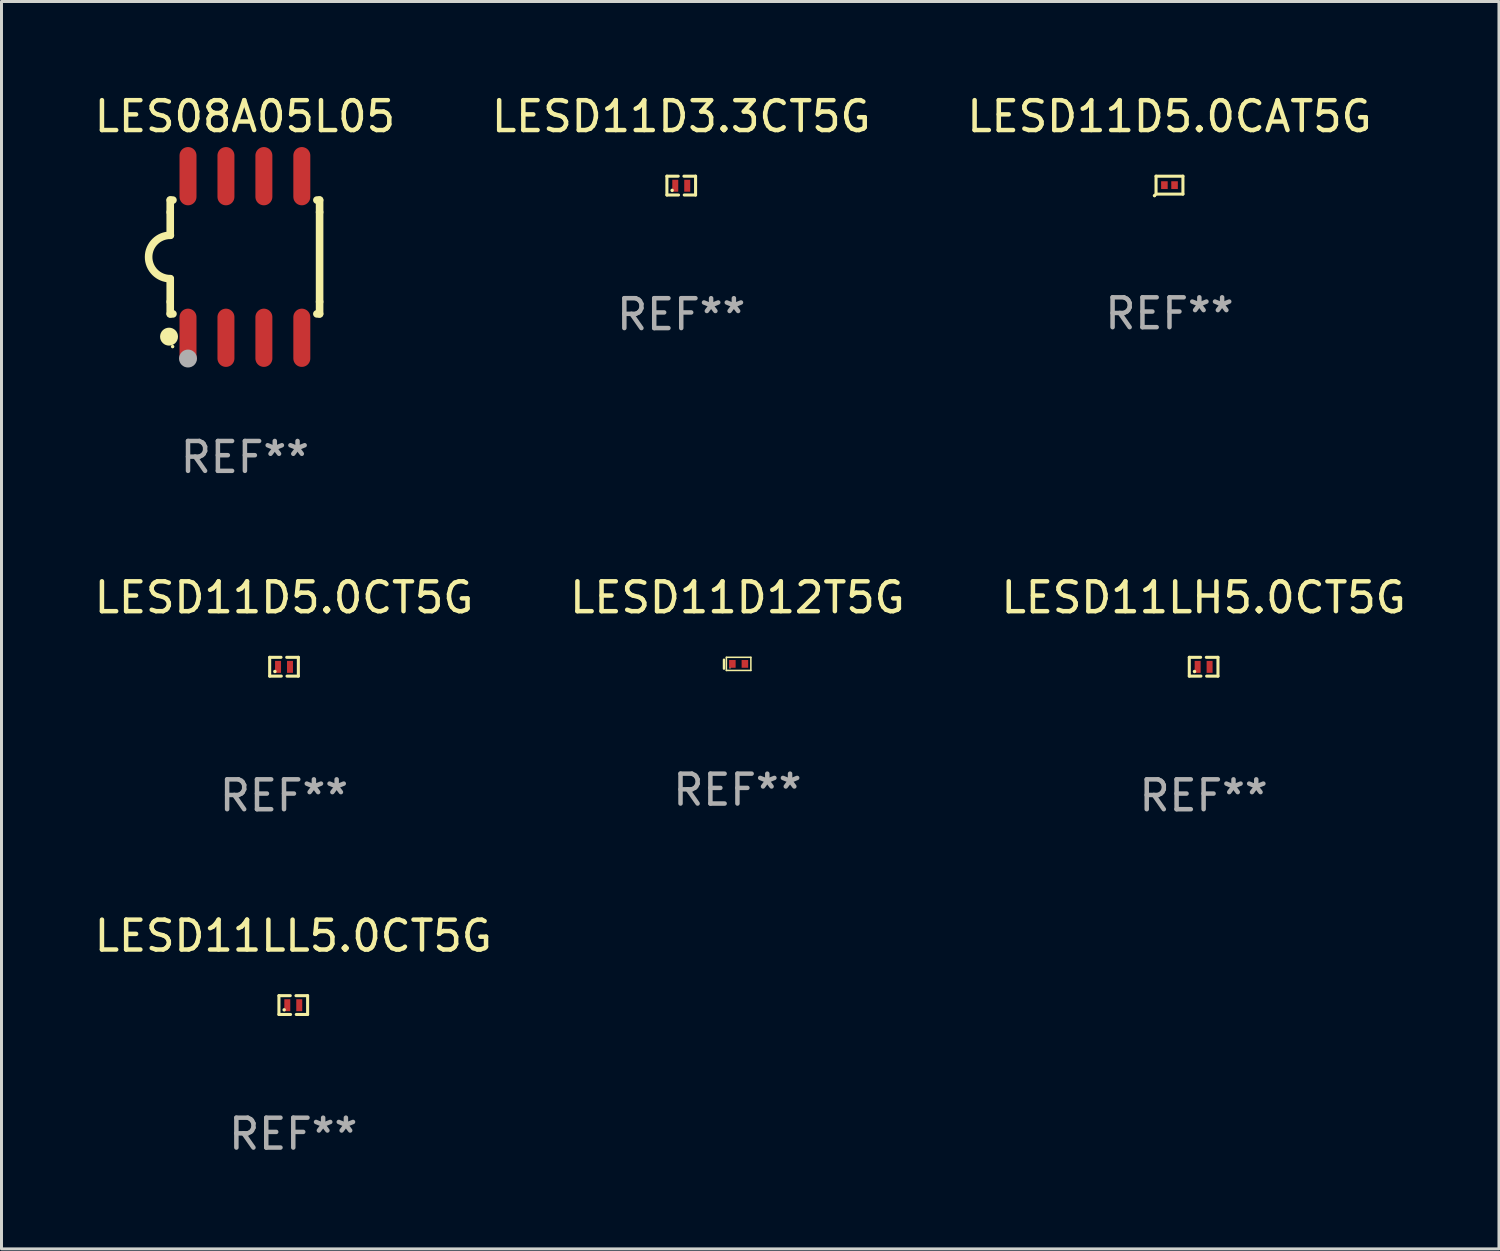
<source format=kicad_pcb>
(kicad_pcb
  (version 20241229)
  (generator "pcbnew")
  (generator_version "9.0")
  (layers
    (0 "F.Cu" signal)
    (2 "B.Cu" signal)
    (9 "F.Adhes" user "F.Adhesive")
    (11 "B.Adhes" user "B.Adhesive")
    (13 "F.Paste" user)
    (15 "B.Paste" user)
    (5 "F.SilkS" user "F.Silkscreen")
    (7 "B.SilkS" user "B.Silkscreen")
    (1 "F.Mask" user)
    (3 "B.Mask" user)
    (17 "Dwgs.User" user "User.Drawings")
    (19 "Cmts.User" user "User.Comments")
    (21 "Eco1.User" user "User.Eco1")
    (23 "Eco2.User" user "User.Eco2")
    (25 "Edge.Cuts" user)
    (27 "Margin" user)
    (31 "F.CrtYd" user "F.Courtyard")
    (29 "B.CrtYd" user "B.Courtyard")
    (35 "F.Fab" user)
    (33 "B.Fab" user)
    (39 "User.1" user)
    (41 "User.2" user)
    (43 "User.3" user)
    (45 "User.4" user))
  (footprint "LESD11D12T5G"
    (layer "F.Cu")
    (at 21.637 19.175)
    (property "Reference" "LESD11D12T5G" (at 0 -2.22 0) (layer "F.SilkS") (effects (font (size 1 1) (thickness 0.15))))
    (attr through_hole)
    (fp_line (start -0.45 -0.14) (end -0.45 0.16) (stroke (width 0.08) (type solid)) (layer "F.SilkS"))
    (fp_line (start -0.37 -0.22) (end 0.45 -0.22) (stroke (width 0.051) (type solid)) (layer "F.SilkS"))
    (fp_line (start -0.37 0.22) (end -0.37 -0.22) (stroke (width 0.051) (type solid)) (layer "F.SilkS"))
    (fp_line (start 0.45 -0.22) (end 0.45 0.22) (stroke (width 0.051) (type solid)) (layer "F.SilkS"))
    (fp_line (start 0.45 0.22) (end -0.37 0.22) (stroke (width 0.051) (type solid)) (layer "F.SilkS"))
    (fp_circle (center -0.25 0.14) (end -0.24 0.14) (stroke (width 0.02) (type solid)) (fill no) (layer "F.SilkS"))
    (fp_text user "REF**" (at 0 4.22 0) (layer "F.Fab") (effects (font (size 1 1) (thickness 0.15))))
    (pad "1" smd rect (at -0.17 0 90) (size 0.26 0.22) (layers "F.Cu" "F.Mask" "F.Paste"))
    (pad "2" smd rect (at 0.25 0 90) (size 0.26 0.22) (layers "F.Cu" "F.Mask" "F.Paste")))
  (footprint "LESD11D5.0CT5G"
    (layer "F.Cu")
    (at 6.458 19.27)
    (property "Reference" "LESD11D5.0CT5G" (at 0 -2.315 0) (layer "F.SilkS") (effects (font (size 1 1) (thickness 0.15))))
    (attr through_hole)
    (fp_line (start -0.48 -0.315) (end -0.48 0.315) (stroke (width 0.102) (type solid)) (layer "F.SilkS"))
    (fp_line (start -0.48 0.315) (end -0.09 0.315) (stroke (width 0.102) (type solid)) (layer "F.SilkS"))
    (fp_line (start -0.48 -0.315) (end -0.1 -0.315) (stroke (width 0.102) (type solid)) (layer "F.SilkS"))
    (fp_line (start 0.48 0.315) (end 0.1 0.315) (stroke (width 0.102) (type solid)) (layer "F.SilkS"))
    (fp_line (start 0.48 -0.315) (end 0.09 -0.315) (stroke (width 0.102) (type solid)) (layer "F.SilkS"))
    (fp_line (start 0.48 0.315) (end 0.48 -0.315) (stroke (width 0.102) (type solid)) (layer "F.SilkS"))
    (fp_circle (center -0.305 0.16) (end -0.275 0.16) (stroke (width 0.06) (type solid)) (fill no) (layer "F.SilkS"))
    (fp_text user "REF**" (at 0 4.315 0) (layer "F.Fab") (effects (font (size 1 1) (thickness 0.15))))
    (pad "1" smd rect (at -0.2 0.005) (size 0.2 0.4) (layers "F.Cu" "F.Mask" "F.Paste"))
    (pad "2" smd rect (at 0.2 0.005) (size 0.2 0.4) (layers "F.Cu" "F.Mask" "F.Paste")))
  (footprint "LESD11LL5.0CT5G"
    (layer "F.Cu")
    (at 6.768 30.597)
    (property "Reference" "LESD11LL5.0CT5G" (at 0 -2.315 0) (layer "F.SilkS") (effects (font (size 1 1) (thickness 0.15))))
    (attr through_hole)
    (fp_line (start -0.48 -0.315) (end -0.48 0.315) (stroke (width 0.102) (type solid)) (layer "F.SilkS"))
    (fp_line (start -0.48 0.315) (end -0.09 0.315) (stroke (width 0.102) (type solid)) (layer "F.SilkS"))
    (fp_line (start -0.48 -0.315) (end -0.1 -0.315) (stroke (width 0.102) (type solid)) (layer "F.SilkS"))
    (fp_line (start 0.48 0.315) (end 0.1 0.315) (stroke (width 0.102) (type solid)) (layer "F.SilkS"))
    (fp_line (start 0.48 -0.315) (end 0.09 -0.315) (stroke (width 0.102) (type solid)) (layer "F.SilkS"))
    (fp_line (start 0.48 0.315) (end 0.48 -0.315) (stroke (width 0.102) (type solid)) (layer "F.SilkS"))
    (fp_circle (center -0.305 0.16) (end -0.275 0.16) (stroke (width 0.06) (type solid)) (fill no) (layer "F.SilkS"))
    (fp_text user "REF**" (at 0 4.315 0) (layer "F.Fab") (effects (font (size 1 1) (thickness 0.15))))
    (pad "1" smd rect (at -0.2 0.005) (size 0.2 0.4) (layers "F.Cu" "F.Mask" "F.Paste"))
    (pad "2" smd rect (at 0.2 0.005) (size 0.2 0.4) (layers "F.Cu" "F.Mask" "F.Paste")))
  (footprint "LES08A05L05"
    (layer "F.Cu")
    (at 5.149 5.553)
    (property "Reference" "LES08A05L05" (at 0 -4.705 0) (layer "F.SilkS") (effects (font (size 1 1) (thickness 0.15))))
    (attr through_hole)
    (fp_line (start -2.5 -1.905) (end -2.409 -1.905) (stroke (width 0.254) (type solid)) (layer "F.SilkS"))
    (fp_line (start -2.5 -1.5) (end -2.5 -1.905) (stroke (width 0.254) (type solid)) (layer "F.SilkS"))
    (fp_line (start -2.5 -1.5) (end -2.5 -0.726) (stroke (width 0.254) (type solid)) (layer "F.SilkS"))
    (fp_line (start -2.5 1.5) (end -2.5 0.727) (stroke (width 0.254) (type solid)) (layer "F.SilkS"))
    (fp_line (start -2.5 1.5) (end -2.5 1.905) (stroke (width 0.254) (type solid)) (layer "F.SilkS"))
    (fp_line (start -2.5 1.905) (end -2.409 1.905) (stroke (width 0.254) (type solid)) (layer "F.SilkS"))
    (fp_line (start 2.5 -1.905) (end 2.409 -1.905) (stroke (width 0.254) (type solid)) (layer "F.SilkS"))
    (fp_line (start 2.5 -1.5) (end 2.5 -1.905) (stroke (width 0.254) (type solid)) (layer "F.SilkS"))
    (fp_line (start 2.5 -1.5) (end 2.5 1.5) (stroke (width 0.254) (type solid)) (layer "F.SilkS"))
    (fp_line (start 2.5 1.5) (end 2.5 1.905) (stroke (width 0.254) (type solid)) (layer "F.SilkS"))
    (fp_line (start 2.5 1.905) (end 2.409 1.905) (stroke (width 0.254) (type solid)) (layer "F.SilkS"))
    (fp_arc (start -2.5 0.726568) (mid -3.220316 -0.0023) (end -2.495097 -0.726289) (stroke (width 0.254001) (type solid)) (layer "F.SilkS"))
    (fp_circle (center -2.54 2.667) (end -2.39 2.667) (stroke (width 0.3) (type solid)) (fill no) (layer "F.SilkS"))
    (fp_circle (center -2.42 3) (end -2.39 3) (stroke (width 0.06) (type solid)) (fill no) (layer "F.SilkS"))
    (fp_circle (center -1.905 3.4) (end -1.755 3.4) (stroke (width 0.3) (type solid)) (fill no) (layer "F.Fab"))
    (fp_text user "REF**" (at 0 6.705 0) (layer "F.Fab") (effects (font (size 1 1) (thickness 0.15))))
    (pad "1" smd oval (at -1.905 2.705) (size 0.568 1.95) (layers "F.Cu" "F.Mask" "F.Paste"))
    (pad "2" smd oval (at -0.635 2.705) (size 0.568 1.95) (layers "F.Cu" "F.Mask" "F.Paste"))
    (pad "3" smd oval (at 0.635 2.705) (size 0.568 1.95) (layers "F.Cu" "F.Mask" "F.Paste"))
    (pad "4" smd oval (at 1.905 2.705) (size 0.568 1.95) (layers "F.Cu" "F.Mask" "F.Paste"))
    (pad "5" smd oval (at 1.905 -2.705) (size 0.568 1.95) (layers "F.Cu" "F.Mask" "F.Paste"))
    (pad "6" smd oval (at 0.635 -2.705) (size 0.568 1.95) (layers "F.Cu" "F.Mask" "F.Paste"))
    (pad "7" smd oval (at -0.635 -2.705) (size 0.568 1.95) (layers "F.Cu" "F.Mask" "F.Paste"))
    (pad "8" smd oval (at -1.905 -2.705) (size 0.568 1.95) (layers "F.Cu" "F.Mask" "F.Paste")))
  (footprint "LESD11D5.0CAT5G"
    (layer "F.Cu")
    (at 36.101 3.148)
    (property "Reference" "LESD11D5.0CAT5G" (at 0 -2.3 0) (layer "F.SilkS") (effects (font (size 1 1) (thickness 0.15))))
    (attr through_hole)
    (fp_line (start -0.45 -0.3) (end 0.45 -0.3) (stroke (width 0.102) (type solid)) (layer "F.SilkS"))
    (fp_line (start -0.45 0.3) (end -0.45 -0.3) (stroke (width 0.102) (type solid)) (layer "F.SilkS"))
    (fp_line (start 0.45 -0.3) (end 0.45 0.3) (stroke (width 0.102) (type solid)) (layer "F.SilkS"))
    (fp_line (start 0.45 0.3) (end -0.45 0.3) (stroke (width 0.102) (type solid)) (layer "F.SilkS"))
    (fp_circle (center -0.501 0.351) (end -0.471 0.351) (stroke (width 0.06) (type solid)) (fill no) (layer "F.SilkS"))
    (fp_text user "REF**" (at 0 4.3 0) (layer "F.Fab") (effects (font (size 1 1) (thickness 0.15))))
    (pad "1" smd rect (at -0.17 0 90) (size 0.26 0.22) (layers "F.Cu" "F.Mask" "F.Paste"))
    (pad "2" smd rect (at 0.17 0 90) (size 0.26 0.22) (layers "F.Cu" "F.Mask" "F.Paste")))
  (footprint "LESD11LH5.0CT5G"
    (layer "F.Cu")
    (at 37.244 19.27)
    (property "Reference" "LESD11LH5.0CT5G" (at 0 -2.315 0) (layer "F.SilkS") (effects (font (size 1 1) (thickness 0.15))))
    (attr through_hole)
    (fp_line (start -0.48 -0.315) (end -0.48 0.315) (stroke (width 0.102) (type solid)) (layer "F.SilkS"))
    (fp_line (start -0.48 0.315) (end -0.09 0.315) (stroke (width 0.102) (type solid)) (layer "F.SilkS"))
    (fp_line (start -0.48 -0.315) (end -0.1 -0.315) (stroke (width 0.102) (type solid)) (layer "F.SilkS"))
    (fp_line (start 0.48 0.315) (end 0.1 0.315) (stroke (width 0.102) (type solid)) (layer "F.SilkS"))
    (fp_line (start 0.48 -0.315) (end 0.09 -0.315) (stroke (width 0.102) (type solid)) (layer "F.SilkS"))
    (fp_line (start 0.48 0.315) (end 0.48 -0.315) (stroke (width 0.102) (type solid)) (layer "F.SilkS"))
    (fp_circle (center -0.305 0.16) (end -0.275 0.16) (stroke (width 0.06) (type solid)) (fill no) (layer "F.SilkS"))
    (fp_text user "REF**" (at 0 4.315 0) (layer "F.Fab") (effects (font (size 1 1) (thickness 0.15))))
    (pad "1" smd rect (at -0.2 0.005) (size 0.2 0.4) (layers "F.Cu" "F.Mask" "F.Paste"))
    (pad "2" smd rect (at 0.2 0.005) (size 0.2 0.4) (layers "F.Cu" "F.Mask" "F.Paste")))
  (footprint "LESD11D3.3CT5G"
    (layer "F.Cu")
    (at 19.756 3.163)
    (property "Reference" "LESD11D3.3CT5G" (at 0 -2.315 0) (layer "F.SilkS") (effects (font (size 1 1) (thickness 0.15))))
    (attr through_hole)
    (fp_line (start -0.48 -0.315) (end -0.48 0.315) (stroke (width 0.102) (type solid)) (layer "F.SilkS"))
    (fp_line (start -0.48 0.315) (end -0.09 0.315) (stroke (width 0.102) (type solid)) (layer "F.SilkS"))
    (fp_line (start -0.48 -0.315) (end -0.1 -0.315) (stroke (width 0.102) (type solid)) (layer "F.SilkS"))
    (fp_line (start 0.48 0.315) (end 0.1 0.315) (stroke (width 0.102) (type solid)) (layer "F.SilkS"))
    (fp_line (start 0.48 -0.315) (end 0.09 -0.315) (stroke (width 0.102) (type solid)) (layer "F.SilkS"))
    (fp_line (start 0.48 0.315) (end 0.48 -0.315) (stroke (width 0.102) (type solid)) (layer "F.SilkS"))
    (fp_circle (center -0.305 0.16) (end -0.275 0.16) (stroke (width 0.06) (type solid)) (fill no) (layer "F.SilkS"))
    (fp_text user "REF**" (at 0 4.315 0) (layer "F.Fab") (effects (font (size 1 1) (thickness 0.15))))
    (pad "1" smd rect (at -0.2 0.005) (size 0.2 0.4) (layers "F.Cu" "F.Mask" "F.Paste"))
    (pad "2" smd rect (at 0.2 0.005) (size 0.2 0.4) (layers "F.Cu" "F.Mask" "F.Paste")))
  (gr_rect
    (start -3 -3)
    (end 47.131 38.76)
    (stroke (width 0.1) (type default))
    (fill no)
    (layer "Edge.Cuts")))
</source>
